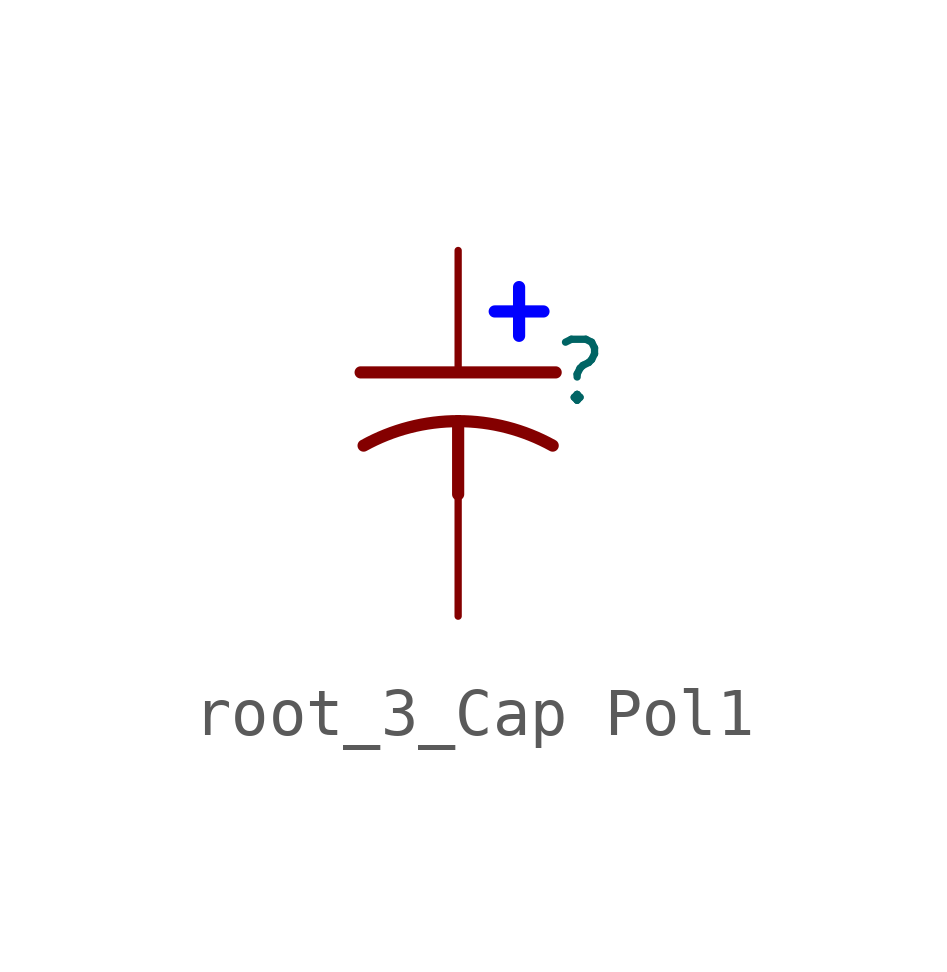
<source format=kicad_sym>
(kicad_symbol_lib
  (version 20220914)
  (generator kicad_symbol_editor)
  (symbol "root_3_Cap Pol1"
    (property "Reference" ""
      (at 0 0 0)
      (effects (font (size 1.27 1.27))))
    (property "Value" ""
      (at 0 0 0)
      (effects (font (size 1.27 1.27))))
    (symbol "root_3_Cap Pol1_1_0"
      (arc (start -2.54 -1.016) (mid -3.5575 -1.1454) (end -4.5103 -1.5255) (stroke (width 0.254) (type solid)) (fill (type none)))
      (arc (start -0.5697 -1.5255) (mid -1.5224 -1.1454) (end -2.54 -1.016) (stroke (width 0.254) (type solid)) (fill (type none)))
      (polyline (pts (xy -4.572 0) (xy -0.508 0)) (stroke (width 0.254) (type solid)) (fill (type none)))
      (polyline (pts (xy -2.54 -1.016) (xy -2.54 -2.54)) (stroke (width 0.254) (type solid)) (fill (type none)))
      (polyline (pts (xy -1.778 1.27) (xy -0.762 1.27)) (stroke (width 0.254) (type solid) (color 0 0 255 1)) (fill (type none)))
      (polyline (pts (xy -1.27 0.762) (xy -1.27 1.778)) (stroke (width 0.254) (type solid) (color 0 0 255 1)) (fill (type none)))
      (pin passive line (at -2.54 2.54 270) (length 2.54) (name "1" (effects (font (size 0 0)))) (number "1" (effects (font (size 0 0)))))
      (pin passive line (at -2.54 -5.08 90) (length 2.54) (name "2" (effects (font (size 0 0)))) (number "2" (effects (font (size 0 0))))))))
</source>
